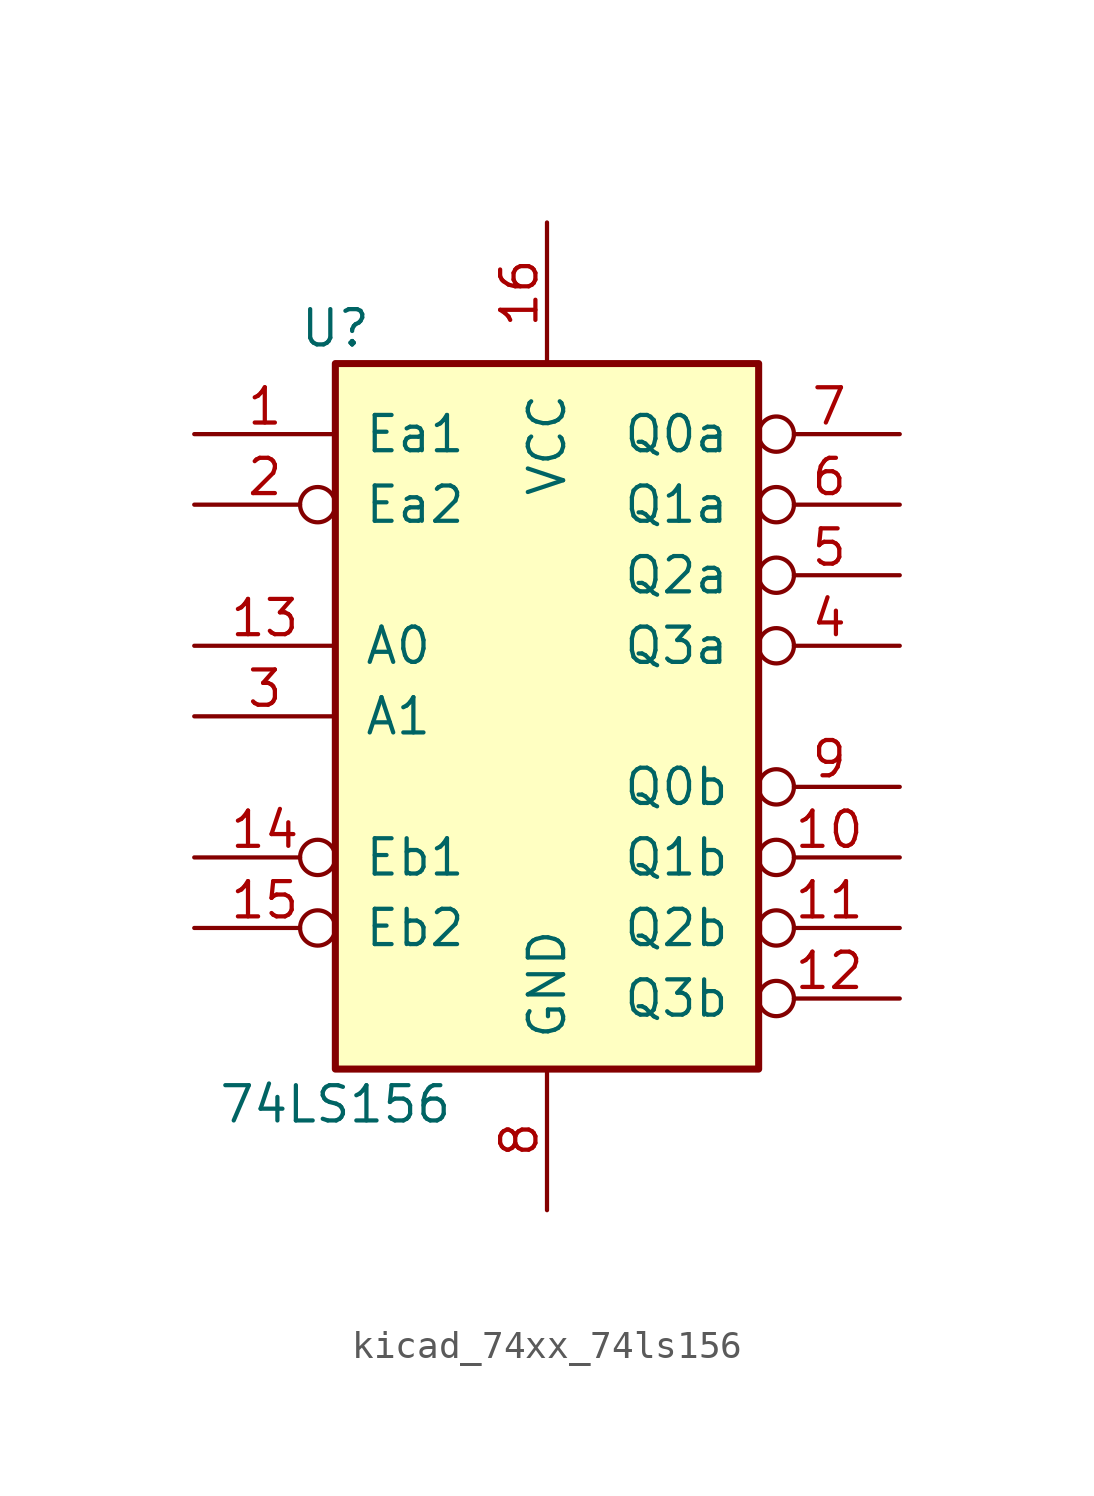
<source format=kicad_sym>
(kicad_symbol_lib
  (version 20220914)
  (generator kicad_symbol_editor)
  (symbol "kicad_74xx_74ls156"
    (pin_names
      (offset 1.016))
    (property "Reference" "U"
      (at -7.62 13.97 0)
      (effects (font (size 1.27 1.27))))
    (property "Value" "74LS156"
      (at -7.62 -13.97 0)
      (effects (font (size 1.27 1.27))))
    (property "ki_locked" ""
      (at 0 0 0)
      (effects (font (size 1.27 1.27))))
    (symbol "kicad_74xx_74ls156_1_0"
      (pin input line (at -12.7 10.16 0) (length 5.08) (name "Ea1" (effects (font (size 1.27 1.27)))) (number "1" (effects (font (size 1.27 1.27)))))
      (pin output inverted (at 12.7 -5.08 180) (length 5.08) (name "Q1b" (effects (font (size 1.27 1.27)))) (number "10" (effects (font (size 1.27 1.27)))))
      (pin output inverted (at 12.7 -7.62 180) (length 5.08) (name "Q2b" (effects (font (size 1.27 1.27)))) (number "11" (effects (font (size 1.27 1.27)))))
      (pin output inverted (at 12.7 -10.16 180) (length 5.08) (name "Q3b" (effects (font (size 1.27 1.27)))) (number "12" (effects (font (size 1.27 1.27)))))
      (pin input line (at -12.7 2.54 0) (length 5.08) (name "A0" (effects (font (size 1.27 1.27)))) (number "13" (effects (font (size 1.27 1.27)))))
      (pin input inverted (at -12.7 -5.08 0) (length 5.08) (name "Eb1" (effects (font (size 1.27 1.27)))) (number "14" (effects (font (size 1.27 1.27)))))
      (pin input inverted (at -12.7 -7.62 0) (length 5.08) (name "Eb2" (effects (font (size 1.27 1.27)))) (number "15" (effects (font (size 1.27 1.27)))))
      (pin power_in line (at 0 17.78 270) (length 5.08) (name "VCC" (effects (font (size 1.27 1.27)))) (number "16" (effects (font (size 1.27 1.27)))))
      (pin input inverted (at -12.7 7.62 0) (length 5.08) (name "Ea2" (effects (font (size 1.27 1.27)))) (number "2" (effects (font (size 1.27 1.27)))))
      (pin input line (at -12.7 0 0) (length 5.08) (name "A1" (effects (font (size 1.27 1.27)))) (number "3" (effects (font (size 1.27 1.27)))))
      (pin output inverted (at 12.7 2.54 180) (length 5.08) (name "Q3a" (effects (font (size 1.27 1.27)))) (number "4" (effects (font (size 1.27 1.27)))))
      (pin output inverted (at 12.7 5.08 180) (length 5.08) (name "Q2a" (effects (font (size 1.27 1.27)))) (number "5" (effects (font (size 1.27 1.27)))))
      (pin output inverted (at 12.7 7.62 180) (length 5.08) (name "Q1a" (effects (font (size 1.27 1.27)))) (number "6" (effects (font (size 1.27 1.27)))))
      (pin output inverted (at 12.7 10.16 180) (length 5.08) (name "Q0a" (effects (font (size 1.27 1.27)))) (number "7" (effects (font (size 1.27 1.27)))))
      (pin power_in line (at 0 -17.78 90) (length 5.08) (name "GND" (effects (font (size 1.27 1.27)))) (number "8" (effects (font (size 1.27 1.27)))))
      (pin output inverted (at 12.7 -2.54 180) (length 5.08) (name "Q0b" (effects (font (size 1.27 1.27)))) (number "9" (effects (font (size 1.27 1.27))))))
    (symbol "kicad_74xx_74ls156_1_1"
      (rectangle (start -7.62 12.7) (end 7.62 -12.7) (stroke (width 0.254) (type default)) (fill (type background))))))
</source>
